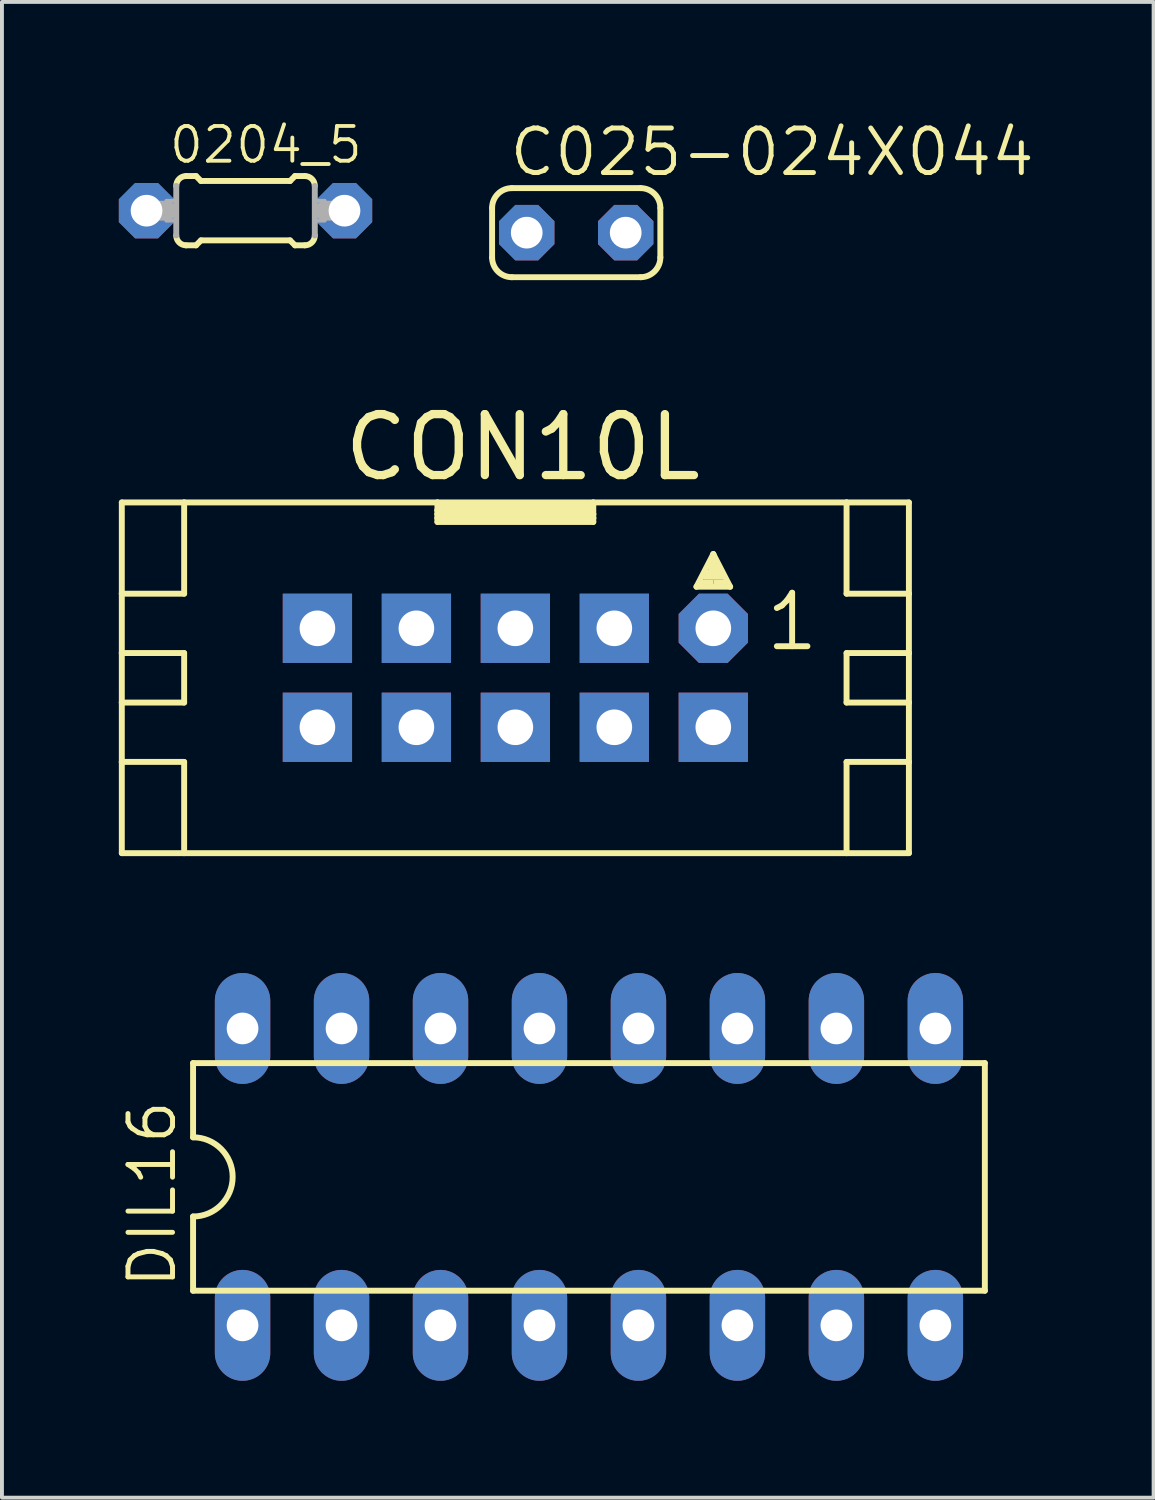
<source format=kicad_pcb>
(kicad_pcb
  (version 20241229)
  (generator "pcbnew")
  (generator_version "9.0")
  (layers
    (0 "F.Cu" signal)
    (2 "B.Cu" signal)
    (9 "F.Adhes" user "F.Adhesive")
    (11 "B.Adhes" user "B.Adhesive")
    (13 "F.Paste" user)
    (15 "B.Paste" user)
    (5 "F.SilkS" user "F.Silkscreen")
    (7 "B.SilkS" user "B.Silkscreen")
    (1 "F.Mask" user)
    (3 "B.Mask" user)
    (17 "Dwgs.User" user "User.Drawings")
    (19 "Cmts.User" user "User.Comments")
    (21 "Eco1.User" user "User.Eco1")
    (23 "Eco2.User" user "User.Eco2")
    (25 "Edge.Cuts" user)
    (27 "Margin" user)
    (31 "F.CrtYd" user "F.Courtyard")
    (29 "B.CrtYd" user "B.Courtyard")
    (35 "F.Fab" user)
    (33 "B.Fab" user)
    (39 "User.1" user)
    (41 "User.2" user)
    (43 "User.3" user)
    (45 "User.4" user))
  (footprint "C025-024X044"
    (layer "F.Cu")
    (at 11.738 2.921)
    (property "Reference" "C025-024X044" (at -1.778 -1.397 0) (layer "F.SilkS") (effects (font (size 1.143 1.143) (thickness 0.127)) (justify left bottom)))
    (fp_line (start -2.159 0.635) (end -2.159 -0.635) (stroke (width 0.152) (type solid)) (layer "F.SilkS"))
    (fp_line (start 1.651 -1.143) (end -1.651 -1.143) (stroke (width 0.152) (type solid)) (layer "F.SilkS"))
    (fp_line (start 1.651 1.143) (end -1.651 1.143) (stroke (width 0.152) (type solid)) (layer "F.SilkS"))
    (fp_line (start 2.159 0.635) (end 2.159 -0.635) (stroke (width 0.152) (type solid)) (layer "F.SilkS"))
    (fp_arc (start -2.159 -0.635) (mid -2.01021 -0.99421) (end -1.651 -1.143) (stroke (width 0.1524) (type solid)) (layer "F.SilkS"))
    (fp_arc (start -1.651 1.143) (mid -2.01021 0.99421) (end -2.159 0.635) (stroke (width 0.1524) (type solid)) (layer "F.SilkS"))
    (fp_arc (start 1.651 -1.143) (mid 2.01021 -0.99421) (end 2.159 -0.635) (stroke (width 0.1524) (type solid)) (layer "F.SilkS"))
    (fp_arc (start 2.159 0.635) (mid 2.01021 0.99421) (end 1.651 1.143) (stroke (width 0.1524) (type solid)) (layer "F.SilkS"))
    (pad "1" thru_hole roundrect (at -1.27 0) (size 1.422 1.422) (drill 0.813) (layers "*.Cu" "*.Mask") (roundrect_rratio 0.25) (chamfer_ratio 0.293) (chamfer top_left top_right bottom_left bottom_right))
    (pad "2" thru_hole roundrect (at 1.27 0) (size 1.422 1.422) (drill 0.813) (layers "*.Cu" "*.Mask") (roundrect_rratio 0.25) (chamfer_ratio 0.293) (chamfer top_left top_right bottom_left bottom_right)))
  (footprint "DIL16"
    (layer "F.Cu")
    (at 12.065 27.154)
    (property "Reference" "DIL16" (at -10.541 2.921 90) (layer "F.SilkS") (effects (font (size 1.143 1.143) (thickness 0.127)) (justify left bottom)))
    (fp_line (start -10.16 -2.921) (end -10.16 -1.016) (stroke (width 0.152) (type solid)) (layer "F.SilkS"))
    (fp_line (start -10.16 2.921) (end -10.16 1.016) (stroke (width 0.152) (type solid)) (layer "F.SilkS"))
    (fp_line (start -10.16 2.921) (end 10.16 2.921) (stroke (width 0.152) (type solid)) (layer "F.SilkS"))
    (fp_line (start 10.16 -2.921) (end -10.16 -2.921) (stroke (width 0.152) (type solid)) (layer "F.SilkS"))
    (fp_line (start 10.16 -2.921) (end 10.16 2.921) (stroke (width 0.152) (type solid)) (layer "F.SilkS"))
    (fp_arc (start -10.16 -1.016) (mid -9.144 0) (end -10.16 1.016) (stroke (width 0.1524) (type solid)) (layer "F.SilkS"))
    (pad "1" thru_hole oval (at -8.89 3.81 90) (size 2.845 1.422) (drill 0.813) (layers "*.Cu" "*.Mask"))
    (pad "2" thru_hole oval (at -6.35 3.81 90) (size 2.845 1.422) (drill 0.813) (layers "*.Cu" "*.Mask"))
    (pad "3" thru_hole oval (at -3.81 3.81 90) (size 2.845 1.422) (drill 0.813) (layers "*.Cu" "*.Mask"))
    (pad "4" thru_hole oval (at -1.27 3.81 90) (size 2.845 1.422) (drill 0.813) (layers "*.Cu" "*.Mask"))
    (pad "5" thru_hole oval (at 1.27 3.81 90) (size 2.845 1.422) (drill 0.813) (layers "*.Cu" "*.Mask"))
    (pad "6" thru_hole oval (at 3.81 3.81 90) (size 2.845 1.422) (drill 0.813) (layers "*.Cu" "*.Mask"))
    (pad "7" thru_hole oval (at 6.35 3.81 90) (size 2.845 1.422) (drill 0.813) (layers "*.Cu" "*.Mask"))
    (pad "8" thru_hole oval (at 8.89 3.81 90) (size 2.845 1.422) (drill 0.813) (layers "*.Cu" "*.Mask"))
    (pad "9" thru_hole oval (at 8.89 -3.81 90) (size 2.845 1.422) (drill 0.813) (layers "*.Cu" "*.Mask"))
    (pad "10" thru_hole oval (at 6.35 -3.81 90) (size 2.845 1.422) (drill 0.813) (layers "*.Cu" "*.Mask"))
    (pad "11" thru_hole oval (at 3.81 -3.81 90) (size 2.845 1.422) (drill 0.813) (layers "*.Cu" "*.Mask"))
    (pad "12" thru_hole oval (at 1.27 -3.81 90) (size 2.845 1.422) (drill 0.813) (layers "*.Cu" "*.Mask"))
    (pad "13" thru_hole oval (at -1.27 -3.81 90) (size 2.845 1.422) (drill 0.813) (layers "*.Cu" "*.Mask"))
    (pad "14" thru_hole oval (at -3.81 -3.81 90) (size 2.845 1.422) (drill 0.813) (layers "*.Cu" "*.Mask"))
    (pad "15" thru_hole oval (at -6.35 -3.81 90) (size 2.845 1.422) (drill 0.813) (layers "*.Cu" "*.Mask"))
    (pad "16" thru_hole oval (at -8.89 -3.81 90) (size 2.845 1.422) (drill 0.813) (layers "*.Cu" "*.Mask")))
  (footprint "0204_5"
    (layer "F.Cu")
    (at 3.251 2.357)
    (property "Reference" "0204_5" (at -2.007 -1.168 0) (layer "F.SilkS") (effects (font (size 0.892 0.892) (thickness 0.099)) (justify left bottom)))
    (fp_line (start -1.524 -0.889) (end -1.27 -0.889) (stroke (width 0.152) (type solid)) (layer "F.SilkS"))
    (fp_line (start -1.524 0.889) (end -1.27 0.889) (stroke (width 0.152) (type solid)) (layer "F.SilkS"))
    (fp_line (start -1.143 -0.762) (end -1.27 -0.889) (stroke (width 0.152) (type solid)) (layer "F.SilkS"))
    (fp_line (start -1.143 0.762) (end -1.27 0.889) (stroke (width 0.152) (type solid)) (layer "F.SilkS"))
    (fp_line (start 1.143 -0.762) (end -1.143 -0.762) (stroke (width 0.152) (type solid)) (layer "F.SilkS"))
    (fp_line (start 1.143 -0.762) (end 1.27 -0.889) (stroke (width 0.152) (type solid)) (layer "F.SilkS"))
    (fp_line (start 1.143 0.762) (end -1.143 0.762) (stroke (width 0.152) (type solid)) (layer "F.SilkS"))
    (fp_line (start 1.143 0.762) (end 1.27 0.889) (stroke (width 0.152) (type solid)) (layer "F.SilkS"))
    (fp_line (start 1.524 -0.889) (end 1.27 -0.889) (stroke (width 0.152) (type solid)) (layer "F.SilkS"))
    (fp_line (start 1.524 0.889) (end 1.27 0.889) (stroke (width 0.152) (type solid)) (layer "F.SilkS"))
    (fp_arc (start -1.778 -0.635) (mid -1.703605 -0.814605) (end -1.524 -0.889) (stroke (width 0.1524) (type solid)) (layer "F.SilkS"))
    (fp_arc (start -1.524 0.889) (mid -1.703605 0.814605) (end -1.778 0.635) (stroke (width 0.1524) (type solid)) (layer "F.SilkS"))
    (fp_arc (start 1.524 -0.889) (mid 1.703605 -0.814605) (end 1.778 -0.635) (stroke (width 0.1524) (type solid)) (layer "F.SilkS"))
    (fp_arc (start 1.778 0.635) (mid 1.703605 0.814605) (end 1.524 0.889) (stroke (width 0.1524) (type solid)) (layer "F.SilkS"))
    (fp_line (start -2.54 0) (end -2.032 0) (stroke (width 0.508) (type solid)) (layer "F.Fab"))
    (fp_line (start -1.778 0.635) (end -1.778 -0.635) (stroke (width 0.152) (type solid)) (layer "F.Fab"))
    (fp_line (start 1.778 0.635) (end 1.778 -0.635) (stroke (width 0.152) (type solid)) (layer "F.Fab"))
    (fp_line (start 2.54 0) (end 2.032 0) (stroke (width 0.508) (type solid)) (layer "F.Fab"))
    (fp_poly (pts (xy -2.032 0.254) (xy -1.778 0.254) (xy -1.778 -0.254) (xy -2.032 -0.254)) (stroke (width 0.1) (type solid)) (fill no) (layer "F.Fab"))
    (fp_poly (pts (xy 1.778 0.254) (xy 2.032 0.254) (xy 2.032 -0.254) (xy 1.778 -0.254)) (stroke (width 0.1) (type solid)) (fill no) (layer "F.Fab"))
    (pad "1" thru_hole roundrect (at -2.54 0) (size 1.422 1.422) (drill 0.813) (layers "*.Cu" "*.Mask") (roundrect_rratio 0.25) (chamfer_ratio 0.293) (chamfer top_left top_right bottom_left bottom_right))
    (pad "2" thru_hole roundrect (at 2.54 0) (size 1.422 1.422) (drill 0.813) (layers "*.Cu" "*.Mask") (roundrect_rratio 0.25) (chamfer_ratio 0.293) (chamfer top_left top_right bottom_left bottom_right)))
  (footprint "CON10L"
    (layer "F.Cu")
    (at 10.176 14.345)
    (property "Reference" "CON10L" (at -4.5 -5 0) (layer "F.SilkS") (effects (font (size 1.565 1.565) (thickness 0.213)) (justify left bottom)))
    (fp_line (start -10.1 -4.5) (end -10.1 -2.159) (stroke (width 0.152) (type solid)) (layer "F.SilkS"))
    (fp_line (start -10.1 -2.159) (end -10.1 -0.635) (stroke (width 0.152) (type solid)) (layer "F.SilkS"))
    (fp_line (start -10.1 -2.159) (end -8.5 -2.159) (stroke (width 0.152) (type solid)) (layer "F.SilkS"))
    (fp_line (start -10.1 -0.635) (end -10.1 0.635) (stroke (width 0.152) (type solid)) (layer "F.SilkS"))
    (fp_line (start -10.1 -0.635) (end -8.5 -0.635) (stroke (width 0.152) (type solid)) (layer "F.SilkS"))
    (fp_line (start -10.1 0.635) (end -10.1 2.159) (stroke (width 0.152) (type solid)) (layer "F.SilkS"))
    (fp_line (start -10.1 0.635) (end -8.5 0.635) (stroke (width 0.152) (type solid)) (layer "F.SilkS"))
    (fp_line (start -10.1 2.159) (end -10.1 4.5) (stroke (width 0.152) (type solid)) (layer "F.SilkS"))
    (fp_line (start -10.1 2.159) (end -8.5 2.159) (stroke (width 0.152) (type solid)) (layer "F.SilkS"))
    (fp_line (start -10.1 4.5) (end -8.5 4.5) (stroke (width 0.152) (type solid)) (layer "F.SilkS"))
    (fp_line (start -8.5 -4.5) (end -10.1 -4.5) (stroke (width 0.152) (type solid)) (layer "F.SilkS"))
    (fp_line (start -8.5 -4.5) (end -8.5 -2.159) (stroke (width 0.152) (type solid)) (layer "F.SilkS"))
    (fp_line (start -8.5 -0.635) (end -8.5 0.635) (stroke (width 0.152) (type solid)) (layer "F.SilkS"))
    (fp_line (start -8.5 2.159) (end -8.5 4.5) (stroke (width 0.152) (type solid)) (layer "F.SilkS"))
    (fp_line (start -8.5 4.5) (end 8.5 4.5) (stroke (width 0.152) (type solid)) (layer "F.SilkS"))
    (fp_line (start -2 -4.5) (end -8.5 -4.5) (stroke (width 0.152) (type solid)) (layer "F.SilkS"))
    (fp_line (start -2 -4.5) (end -2 -4.3) (stroke (width 0.152) (type solid)) (layer "F.SilkS"))
    (fp_line (start -2 -4.3) (end -2 -4.2) (stroke (width 0.152) (type solid)) (layer "F.SilkS"))
    (fp_line (start -2 -4.3) (end 1.9 -4.3) (stroke (width 0.152) (type solid)) (layer "F.SilkS"))
    (fp_line (start -2 -4.2) (end -2 -4.1) (stroke (width 0.152) (type solid)) (layer "F.SilkS"))
    (fp_line (start -2 -4.2) (end 2 -4.2) (stroke (width 0.152) (type solid)) (layer "F.SilkS"))
    (fp_line (start -2 -4.1) (end -2 -4) (stroke (width 0.152) (type solid)) (layer "F.SilkS"))
    (fp_line (start -2 -4.1) (end 2 -4.1) (stroke (width 0.152) (type solid)) (layer "F.SilkS"))
    (fp_line (start -2 -4) (end 2 -4) (stroke (width 0.152) (type solid)) (layer "F.SilkS"))
    (fp_line (start 1.9 -4.4) (end -1.9 -4.4) (stroke (width 0.152) (type solid)) (layer "F.SilkS"))
    (fp_line (start 1.9 -4.3) (end 1.9 -4.4) (stroke (width 0.152) (type solid)) (layer "F.SilkS"))
    (fp_line (start 2 -4.5) (end -2 -4.5) (stroke (width 0.152) (type solid)) (layer "F.SilkS"))
    (fp_line (start 2 -4.2) (end 2 -4.5) (stroke (width 0.152) (type solid)) (layer "F.SilkS"))
    (fp_line (start 2 -4.1) (end 2 -4.2) (stroke (width 0.152) (type solid)) (layer "F.SilkS"))
    (fp_line (start 2 -4) (end 2 -4.1) (stroke (width 0.152) (type solid)) (layer "F.SilkS"))
    (fp_line (start 4.648 -2.337) (end 5.08 -3.175) (stroke (width 0.152) (type solid)) (layer "F.SilkS"))
    (fp_line (start 5.08 -3.175) (end 5.08 -2.921) (stroke (width 0.152) (type solid)) (layer "F.SilkS"))
    (fp_line (start 5.08 -3.175) (end 5.512 -2.337) (stroke (width 0.152) (type solid)) (layer "F.SilkS"))
    (fp_line (start 5.512 -2.337) (end 4.648 -2.337) (stroke (width 0.152) (type solid)) (layer "F.SilkS"))
    (fp_line (start 8.5 -4.5) (end 2 -4.5) (stroke (width 0.152) (type solid)) (layer "F.SilkS"))
    (fp_line (start 8.5 -4.5) (end 8.5 -2.159) (stroke (width 0.152) (type solid)) (layer "F.SilkS"))
    (fp_line (start 8.5 -2.159) (end 10.1 -2.159) (stroke (width 0.152) (type solid)) (layer "F.SilkS"))
    (fp_line (start 8.5 -0.635) (end 8.5 0.635) (stroke (width 0.152) (type solid)) (layer "F.SilkS"))
    (fp_line (start 8.5 -0.635) (end 10.1 -0.635) (stroke (width 0.152) (type solid)) (layer "F.SilkS"))
    (fp_line (start 8.5 0.635) (end 10.1 0.635) (stroke (width 0.152) (type solid)) (layer "F.SilkS"))
    (fp_line (start 8.5 2.159) (end 8.5 4.5) (stroke (width 0.152) (type solid)) (layer "F.SilkS"))
    (fp_line (start 8.5 2.159) (end 10.1 2.159) (stroke (width 0.152) (type solid)) (layer "F.SilkS"))
    (fp_line (start 8.5 4.5) (end 10.1 4.5) (stroke (width 0.152) (type solid)) (layer "F.SilkS"))
    (fp_line (start 10.1 -4.5) (end 8.5 -4.5) (stroke (width 0.152) (type solid)) (layer "F.SilkS"))
    (fp_line (start 10.1 -2.159) (end 10.1 -4.5) (stroke (width 0.152) (type solid)) (layer "F.SilkS"))
    (fp_line (start 10.1 -0.635) (end 10.1 -2.159) (stroke (width 0.152) (type solid)) (layer "F.SilkS"))
    (fp_line (start 10.1 0.635) (end 10.1 -0.635) (stroke (width 0.152) (type solid)) (layer "F.SilkS"))
    (fp_line (start 10.1 2.159) (end 10.1 0.635) (stroke (width 0.152) (type solid)) (layer "F.SilkS"))
    (fp_line (start 10.1 4.5) (end 10.1 2.159) (stroke (width 0.152) (type solid)) (layer "F.SilkS"))
    (fp_poly (pts (xy 4.699 -2.388) (xy 5.08 -2.388) (xy 5.08 -2.515) (xy 4.699 -2.515)) (stroke (width 0) (type solid)) (fill yes) (layer "F.SilkS"))
    (fp_poly (pts (xy 4.826 -2.515) (xy 5.334 -2.515) (xy 5.334 -2.769) (xy 4.826 -2.769)) (stroke (width 0) (type solid)) (fill yes) (layer "F.SilkS"))
    (fp_poly (pts (xy 4.953 -2.718) (xy 5.207 -2.718) (xy 5.207 -2.972) (xy 4.953 -2.972)) (stroke (width 0) (type solid)) (fill yes) (layer "F.SilkS"))
    (fp_poly (pts (xy 5.08 -2.388) (xy 5.461 -2.388) (xy 5.461 -2.515) (xy 5.08 -2.515)) (stroke (width 0) (type solid)) (fill yes) (layer "F.SilkS"))
    (fp_text user "1" (at 6.35 -0.635 0) (layer "F.SilkS") (effects (font (size 1.372 1.372) (thickness 0.152)) (justify left bottom)))
    (pad "1" thru_hole roundrect (at 5.08 -1.27 90) (size 1.778 1.778) (drill 0.914) (layers "*.Cu" "*.Mask") (roundrect_rratio 0.25) (chamfer_ratio 0.293) (chamfer top_left top_right bottom_left bottom_right))
    (pad "2" thru_hole rect (at 5.08 1.27 90) (size 1.778 1.778) (drill 0.914) (layers "*.Cu" "*.Mask"))
    (pad "3" thru_hole rect (at 2.54 -1.27 90) (size 1.778 1.778) (drill 0.914) (layers "*.Cu" "*.Mask"))
    (pad "4" thru_hole rect (at 2.54 1.27 90) (size 1.778 1.778) (drill 0.914) (layers "*.Cu" "*.Mask"))
    (pad "5" thru_hole rect (at 0 -1.27 90) (size 1.778 1.778) (drill 0.914) (layers "*.Cu" "*.Mask"))
    (pad "6" thru_hole rect (at 0 1.27 90) (size 1.778 1.778) (drill 0.914) (layers "*.Cu" "*.Mask"))
    (pad "7" thru_hole rect (at -2.54 -1.27 90) (size 1.778 1.778) (drill 0.914) (layers "*.Cu" "*.Mask"))
    (pad "8" thru_hole rect (at -2.54 1.27 270) (size 1.778 1.778) (drill 0.914) (layers "*.Cu" "*.Mask"))
    (pad "9" thru_hole rect (at -5.08 -1.27 90) (size 1.778 1.778) (drill 0.914) (layers "*.Cu" "*.Mask"))
    (pad "10" thru_hole rect (at -5.08 1.27 270) (size 1.778 1.778) (drill 0.914) (layers "*.Cu" "*.Mask")))
  (gr_rect
    (start -3 -3)
    (end 26.556 35.386)
    (stroke (width 0.1) (type default))
    (fill no)
    (layer "Edge.Cuts")))
</source>
